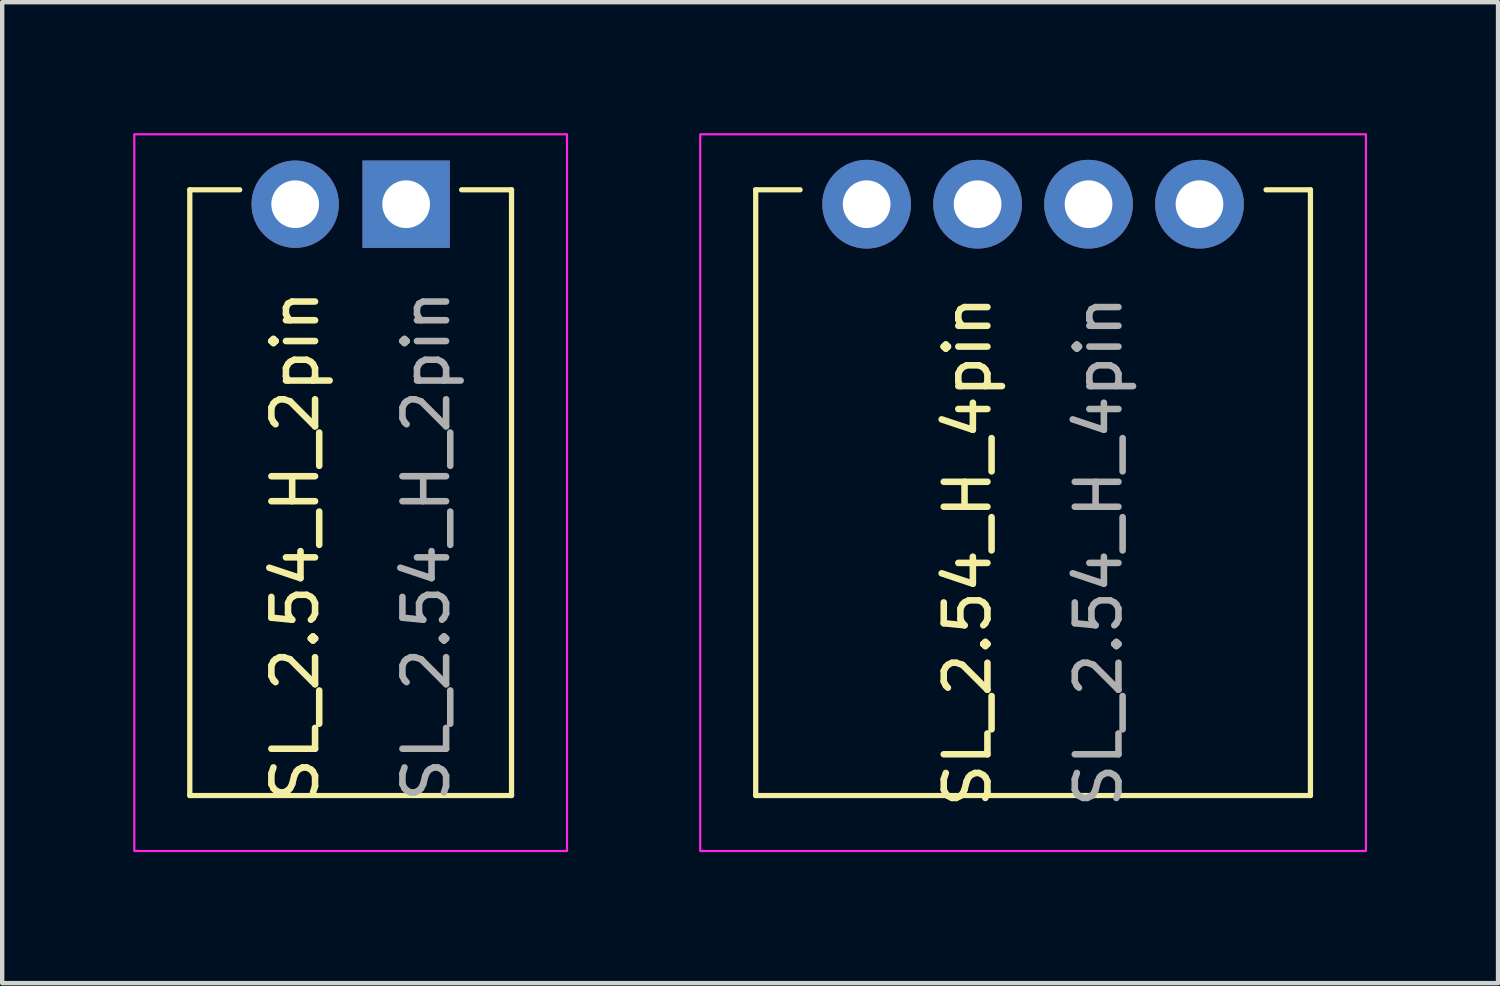
<source format=kicad_pcb>
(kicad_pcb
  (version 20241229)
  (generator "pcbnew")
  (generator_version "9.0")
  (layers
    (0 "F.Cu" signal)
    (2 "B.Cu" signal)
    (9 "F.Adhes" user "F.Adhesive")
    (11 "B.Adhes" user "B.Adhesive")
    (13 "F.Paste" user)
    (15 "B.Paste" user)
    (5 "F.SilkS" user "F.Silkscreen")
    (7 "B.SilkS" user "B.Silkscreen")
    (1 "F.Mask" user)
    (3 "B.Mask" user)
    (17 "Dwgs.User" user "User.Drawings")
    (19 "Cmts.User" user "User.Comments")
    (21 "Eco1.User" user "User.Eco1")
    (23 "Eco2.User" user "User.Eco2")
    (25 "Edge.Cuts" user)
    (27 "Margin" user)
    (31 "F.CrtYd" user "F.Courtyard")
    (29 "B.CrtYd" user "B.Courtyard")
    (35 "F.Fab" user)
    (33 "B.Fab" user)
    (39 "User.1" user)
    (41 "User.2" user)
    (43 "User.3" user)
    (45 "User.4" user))
  (footprint "SL_2.54_H_2pin"
    (layer "F.Cu")
    (at 4.978 1.625)
    (property "Reference" "SL_2.54_H_2pin" (at -1.27 7.823 90) (unlocked yes) (layer "F.SilkS") (effects (font (size 1 1) (thickness 0.15))))
    (fp_line (start -3.683 -0.33) (end -3.683 13.538) (stroke (width 0.12) (type solid)) (layer "F.SilkS"))
    (fp_line (start -3.683 -0.33) (end -2.54 -0.33) (stroke (width 0.12) (type solid)) (layer "F.SilkS"))
    (fp_line (start -3.683 13.538) (end 3.683 13.538) (stroke (width 0.12) (type solid)) (layer "F.SilkS"))
    (fp_line (start 3.683 -0.33) (end 2.54 -0.33) (stroke (width 0.12) (type solid)) (layer "F.SilkS"))
    (fp_line (start 3.683 -0.33) (end 3.683 13.538) (stroke (width 0.12) (type solid)) (layer "F.SilkS"))
    (fp_rect (start -4.953 -1.6) (end 4.953 14.808) (stroke (width 0.05) (type solid)) (fill no) (layer "F.CrtYd"))
    (fp_text user "${REFERENCE}" (at 1.73 7.823 90) (unlocked yes) (layer "F.Fab") (effects (font (size 1 1) (thickness 0.15))))
    (pad "1" thru_hole rect (at 1.27 0) (size 2 2) (drill 1.092) (layers "*.Cu" "*.Mask"))
    (pad "2" thru_hole circle (at -1.27 0) (size 2 2) (drill 1.092) (layers "*.Cu" "*.Mask")))
  (footprint "SL_2.54_H_4pin"
    (layer "F.Cu")
    (at 20.601 1.625)
    (property "Reference" "SL_2.54_H_4pin" (at -1.5 7.95 90) (unlocked yes) (layer "F.SilkS") (effects (font (size 1 1) (thickness 0.15))))
    (fp_line (start -6.35 -0.33) (end -6.35 13.538) (stroke (width 0.12) (type solid)) (layer "F.SilkS"))
    (fp_line (start -6.35 -0.33) (end -5.334 -0.33) (stroke (width 0.12) (type solid)) (layer "F.SilkS"))
    (fp_line (start -6.35 13.538) (end 6.35 13.538) (stroke (width 0.12) (type solid)) (layer "F.SilkS"))
    (fp_line (start 5.334 -0.33) (end 6.35 -0.33) (stroke (width 0.12) (type solid)) (layer "F.SilkS"))
    (fp_line (start 6.35 -0.33) (end 6.35 13.538) (stroke (width 0.12) (type solid)) (layer "F.SilkS"))
    (fp_rect (start -7.62 -1.6) (end 7.62 14.808) (stroke (width 0.05) (type solid)) (fill no) (layer "F.CrtYd"))
    (fp_text user "${REFERENCE}" (at 1.5 7.95 90) (unlocked yes) (layer "F.Fab") (effects (font (size 1 1) (thickness 0.15))))
    (pad "1" thru_hole circle (at -3.81 0) (size 2.032 2.032) (drill 1.092) (layers "*.Cu" "*.Mask"))
    (pad "2" thru_hole circle (at -1.27 0) (size 2.032 2.032) (drill 1.092) (layers "*.Cu" "*.Mask"))
    (pad "3" thru_hole circle (at 1.27 0) (size 2.032 2.032) (drill 1.092) (layers "*.Cu" "*.Mask"))
    (pad "4" thru_hole circle (at 3.81 0) (size 2.032 2.032) (drill 1.092) (layers "*.Cu" "*.Mask")))
  (gr_rect
    (start -3 -3)
    (end 31.246 19.458)
    (stroke (width 0.1) (type default))
    (fill no)
    (layer "Edge.Cuts")))
</source>
